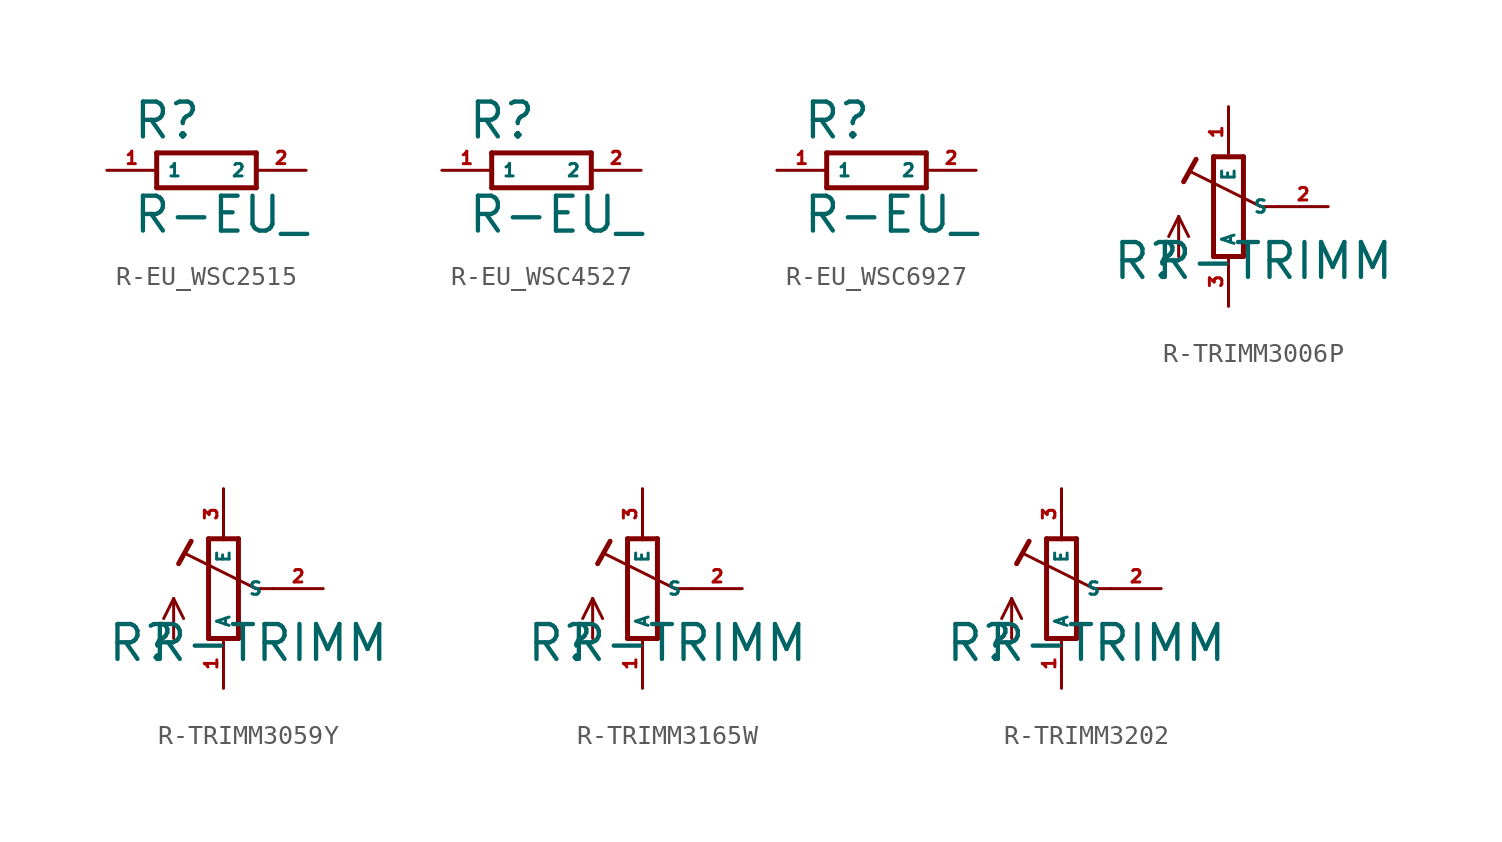
<source format=kicad_sym>
(kicad_symbol_lib
  (version 20220914)
  (generator Eagle2Kicad)
  (symbol "R-EU_WSC2515"
    (property "Reference" "R"
      (at -3.81 1.499 0)
      (effects (font (size 1.778 1.778) (thickness 0.22)) (justify left bottom)))
    (property "Value" "R-EU_"
      (at -3.81 -3.302 0)
      (effects (font (size 1.778 1.778) (thickness 0.22)) (justify left bottom)))
    (polyline
      (pts (xy -2.54 -0.889) (xy 2.54 -0.889))
      (stroke (width 0.254) (type default))
      (fill (type none)))
    (polyline
      (pts (xy 2.54 0.889) (xy -2.54 0.889))
      (stroke (width 0.254) (type default))
      (fill (type none)))
    (polyline
      (pts (xy 2.54 -0.889) (xy 2.54 0.889))
      (stroke (width 0.254) (type default))
      (fill (type none)))
    (polyline
      (pts (xy -2.54 -0.889) (xy -2.54 0.889))
      (stroke (width 0.254) (type default))
      (fill (type none)))
    (pin passive line
      (at 5.08 0 180)
      (length 2.54)
      (name "2" (effects (font (size 0.635 0.635) (thickness 0.08)) (justify left bottom)))
      (number "2" (effects (font (size 0.635 0.635) (thickness 0.08)) (justify left bottom))))
    (pin passive line
      (at -5.08 0 0)
      (length 2.54)
      (name "1" (effects (font (size 0.635 0.635) (thickness 0.08)) (justify left bottom)))
      (number "1" (effects (font (size 0.635 0.635) (thickness 0.08)) (justify left bottom)))))
  (symbol "R-EU_WSC4527"
    (property "Reference" "R"
      (at -3.81 1.499 0)
      (effects (font (size 1.778 1.778) (thickness 0.22)) (justify left bottom)))
    (property "Value" "R-EU_"
      (at -3.81 -3.302 0)
      (effects (font (size 1.778 1.778) (thickness 0.22)) (justify left bottom)))
    (polyline
      (pts (xy -2.54 -0.889) (xy 2.54 -0.889))
      (stroke (width 0.254) (type default))
      (fill (type none)))
    (polyline
      (pts (xy 2.54 0.889) (xy -2.54 0.889))
      (stroke (width 0.254) (type default))
      (fill (type none)))
    (polyline
      (pts (xy 2.54 -0.889) (xy 2.54 0.889))
      (stroke (width 0.254) (type default))
      (fill (type none)))
    (polyline
      (pts (xy -2.54 -0.889) (xy -2.54 0.889))
      (stroke (width 0.254) (type default))
      (fill (type none)))
    (pin passive line
      (at 5.08 0 180)
      (length 2.54)
      (name "2" (effects (font (size 0.635 0.635) (thickness 0.08)) (justify left bottom)))
      (number "2" (effects (font (size 0.635 0.635) (thickness 0.08)) (justify left bottom))))
    (pin passive line
      (at -5.08 0 0)
      (length 2.54)
      (name "1" (effects (font (size 0.635 0.635) (thickness 0.08)) (justify left bottom)))
      (number "1" (effects (font (size 0.635 0.635) (thickness 0.08)) (justify left bottom)))))
  (symbol "R-EU_WSC6927"
    (property "Reference" "R"
      (at -3.81 1.499 0)
      (effects (font (size 1.778 1.778) (thickness 0.22)) (justify left bottom)))
    (property "Value" "R-EU_"
      (at -3.81 -3.302 0)
      (effects (font (size 1.778 1.778) (thickness 0.22)) (justify left bottom)))
    (polyline
      (pts (xy -2.54 -0.889) (xy 2.54 -0.889))
      (stroke (width 0.254) (type default))
      (fill (type none)))
    (polyline
      (pts (xy 2.54 0.889) (xy -2.54 0.889))
      (stroke (width 0.254) (type default))
      (fill (type none)))
    (polyline
      (pts (xy 2.54 -0.889) (xy 2.54 0.889))
      (stroke (width 0.254) (type default))
      (fill (type none)))
    (polyline
      (pts (xy -2.54 -0.889) (xy -2.54 0.889))
      (stroke (width 0.254) (type default))
      (fill (type none)))
    (pin passive line
      (at 5.08 0 180)
      (length 2.54)
      (name "2" (effects (font (size 0.635 0.635) (thickness 0.08)) (justify left bottom)))
      (number "2" (effects (font (size 0.635 0.635) (thickness 0.08)) (justify left bottom))))
    (pin passive line
      (at -5.08 0 0)
      (length 2.54)
      (name "1" (effects (font (size 0.635 0.635) (thickness 0.08)) (justify left bottom)))
      (number "1" (effects (font (size 0.635 0.635) (thickness 0.08)) (justify left bottom)))))
  (symbol "R-TRIMM3006P"
    (property "Reference" "R"
      (at -5.969 -3.81 0)
      (effects (font (size 1.778 1.778) (thickness 0.22)) (justify left bottom)))
    (property "Value" "R-TRIMM"
      (at -3.81 -3.81 0)
      (effects (font (size 1.778 1.778) (thickness 0.22)) (justify left bottom)))
    (polyline
      (pts (xy 0.762 2.54) (xy 0 2.54))
      (stroke (width 0.254) (type default))
      (fill (type none)))
    (polyline
      (pts (xy -0.762 2.54) (xy -0.762 -2.54))
      (stroke (width 0.254) (type default))
      (fill (type none)))
    (polyline
      (pts (xy 0.762 -2.54) (xy 0.762 2.54))
      (stroke (width 0.254) (type default))
      (fill (type none)))
    (polyline
      (pts (xy 2.54 0) (xy 1.651 0))
      (stroke (width 0.152) (type default))
      (fill (type none)))
    (polyline
      (pts (xy 1.651 0) (xy -1.88 1.753))
      (stroke (width 0.152) (type default))
      (fill (type none)))
    (polyline
      (pts (xy 0 2.54) (xy 0 5.08))
      (stroke (width 0.152) (type default))
      (fill (type none)))
    (polyline
      (pts (xy 0 2.54) (xy -0.762 2.54))
      (stroke (width 0.254) (type default))
      (fill (type none)))
    (polyline
      (pts (xy -0.762 -2.54) (xy 0.762 -2.54))
      (stroke (width 0.254) (type default))
      (fill (type none)))
    (polyline
      (pts (xy -2.286 1.27) (xy -1.651 2.413))
      (stroke (width 0.254) (type default))
      (fill (type none)))
    (polyline
      (pts (xy -2.54 -2.54) (xy -2.54 -0.508))
      (stroke (width 0.152) (type default))
      (fill (type none)))
    (polyline
      (pts (xy -2.54 -0.508) (xy -3.048 -1.524))
      (stroke (width 0.152) (type default))
      (fill (type none)))
    (polyline
      (pts (xy -2.54 -0.508) (xy -2.032 -1.524))
      (stroke (width 0.152) (type default))
      (fill (type none)))
    (pin passive line
      (at 0 -5.08 90)
      (length 2.54)
      (name "A" (effects (font (size 0.635 0.635) (thickness 0.08)) (justify left bottom)))
      (number "3" (effects (font (size 0.635 0.635) (thickness 0.08)) (justify left bottom))))
    (pin passive line
      (at 0 5.08 270)
      (length 2.54)
      (name "E" (effects (font (size 0.635 0.635) (thickness 0.08)) (justify left bottom)))
      (number "1" (effects (font (size 0.635 0.635) (thickness 0.08)) (justify left bottom))))
    (pin passive line
      (at 5.08 0 180)
      (length 2.54)
      (name "S" (effects (font (size 0.635 0.635) (thickness 0.08)) (justify left bottom)))
      (number "2" (effects (font (size 0.635 0.635) (thickness 0.08)) (justify left bottom)))))
  (symbol "R-TRIMM3059Y"
    (property "Reference" "R"
      (at -5.969 -3.81 0)
      (effects (font (size 1.778 1.778) (thickness 0.22)) (justify left bottom)))
    (property "Value" "R-TRIMM"
      (at -3.81 -3.81 0)
      (effects (font (size 1.778 1.778) (thickness 0.22)) (justify left bottom)))
    (polyline
      (pts (xy 0.762 2.54) (xy 0 2.54))
      (stroke (width 0.254) (type default))
      (fill (type none)))
    (polyline
      (pts (xy -0.762 2.54) (xy -0.762 -2.54))
      (stroke (width 0.254) (type default))
      (fill (type none)))
    (polyline
      (pts (xy 0.762 -2.54) (xy 0.762 2.54))
      (stroke (width 0.254) (type default))
      (fill (type none)))
    (polyline
      (pts (xy 2.54 0) (xy 1.651 0))
      (stroke (width 0.152) (type default))
      (fill (type none)))
    (polyline
      (pts (xy 1.651 0) (xy -1.88 1.753))
      (stroke (width 0.152) (type default))
      (fill (type none)))
    (polyline
      (pts (xy 0 2.54) (xy 0 5.08))
      (stroke (width 0.152) (type default))
      (fill (type none)))
    (polyline
      (pts (xy 0 2.54) (xy -0.762 2.54))
      (stroke (width 0.254) (type default))
      (fill (type none)))
    (polyline
      (pts (xy -0.762 -2.54) (xy 0.762 -2.54))
      (stroke (width 0.254) (type default))
      (fill (type none)))
    (polyline
      (pts (xy -2.286 1.27) (xy -1.651 2.413))
      (stroke (width 0.254) (type default))
      (fill (type none)))
    (polyline
      (pts (xy -2.54 -2.54) (xy -2.54 -0.508))
      (stroke (width 0.152) (type default))
      (fill (type none)))
    (polyline
      (pts (xy -2.54 -0.508) (xy -3.048 -1.524))
      (stroke (width 0.152) (type default))
      (fill (type none)))
    (polyline
      (pts (xy -2.54 -0.508) (xy -2.032 -1.524))
      (stroke (width 0.152) (type default))
      (fill (type none)))
    (pin passive line
      (at 0 -5.08 90)
      (length 2.54)
      (name "A" (effects (font (size 0.635 0.635) (thickness 0.08)) (justify left bottom)))
      (number "1" (effects (font (size 0.635 0.635) (thickness 0.08)) (justify left bottom))))
    (pin passive line
      (at 0 5.08 270)
      (length 2.54)
      (name "E" (effects (font (size 0.635 0.635) (thickness 0.08)) (justify left bottom)))
      (number "3" (effects (font (size 0.635 0.635) (thickness 0.08)) (justify left bottom))))
    (pin passive line
      (at 5.08 0 180)
      (length 2.54)
      (name "S" (effects (font (size 0.635 0.635) (thickness 0.08)) (justify left bottom)))
      (number "2" (effects (font (size 0.635 0.635) (thickness 0.08)) (justify left bottom)))))
  (symbol "R-TRIMM3165W"
    (property "Reference" "R"
      (at -5.969 -3.81 0)
      (effects (font (size 1.778 1.778) (thickness 0.22)) (justify left bottom)))
    (property "Value" "R-TRIMM"
      (at -3.81 -3.81 0)
      (effects (font (size 1.778 1.778) (thickness 0.22)) (justify left bottom)))
    (polyline
      (pts (xy 0.762 2.54) (xy 0 2.54))
      (stroke (width 0.254) (type default))
      (fill (type none)))
    (polyline
      (pts (xy -0.762 2.54) (xy -0.762 -2.54))
      (stroke (width 0.254) (type default))
      (fill (type none)))
    (polyline
      (pts (xy 0.762 -2.54) (xy 0.762 2.54))
      (stroke (width 0.254) (type default))
      (fill (type none)))
    (polyline
      (pts (xy 2.54 0) (xy 1.651 0))
      (stroke (width 0.152) (type default))
      (fill (type none)))
    (polyline
      (pts (xy 1.651 0) (xy -1.88 1.753))
      (stroke (width 0.152) (type default))
      (fill (type none)))
    (polyline
      (pts (xy 0 2.54) (xy 0 5.08))
      (stroke (width 0.152) (type default))
      (fill (type none)))
    (polyline
      (pts (xy 0 2.54) (xy -0.762 2.54))
      (stroke (width 0.254) (type default))
      (fill (type none)))
    (polyline
      (pts (xy -0.762 -2.54) (xy 0.762 -2.54))
      (stroke (width 0.254) (type default))
      (fill (type none)))
    (polyline
      (pts (xy -2.286 1.27) (xy -1.651 2.413))
      (stroke (width 0.254) (type default))
      (fill (type none)))
    (polyline
      (pts (xy -2.54 -2.54) (xy -2.54 -0.508))
      (stroke (width 0.152) (type default))
      (fill (type none)))
    (polyline
      (pts (xy -2.54 -0.508) (xy -3.048 -1.524))
      (stroke (width 0.152) (type default))
      (fill (type none)))
    (polyline
      (pts (xy -2.54 -0.508) (xy -2.032 -1.524))
      (stroke (width 0.152) (type default))
      (fill (type none)))
    (pin passive line
      (at 0 -5.08 90)
      (length 2.54)
      (name "A" (effects (font (size 0.635 0.635) (thickness 0.08)) (justify left bottom)))
      (number "1" (effects (font (size 0.635 0.635) (thickness 0.08)) (justify left bottom))))
    (pin passive line
      (at 0 5.08 270)
      (length 2.54)
      (name "E" (effects (font (size 0.635 0.635) (thickness 0.08)) (justify left bottom)))
      (number "3" (effects (font (size 0.635 0.635) (thickness 0.08)) (justify left bottom))))
    (pin passive line
      (at 5.08 0 180)
      (length 2.54)
      (name "S" (effects (font (size 0.635 0.635) (thickness 0.08)) (justify left bottom)))
      (number "2" (effects (font (size 0.635 0.635) (thickness 0.08)) (justify left bottom)))))
  (symbol "R-TRIMM3202"
    (property "Reference" "R"
      (at -5.969 -3.81 0)
      (effects (font (size 1.778 1.778) (thickness 0.22)) (justify left bottom)))
    (property "Value" "R-TRIMM"
      (at -3.81 -3.81 0)
      (effects (font (size 1.778 1.778) (thickness 0.22)) (justify left bottom)))
    (polyline
      (pts (xy 0.762 2.54) (xy 0 2.54))
      (stroke (width 0.254) (type default))
      (fill (type none)))
    (polyline
      (pts (xy -0.762 2.54) (xy -0.762 -2.54))
      (stroke (width 0.254) (type default))
      (fill (type none)))
    (polyline
      (pts (xy 0.762 -2.54) (xy 0.762 2.54))
      (stroke (width 0.254) (type default))
      (fill (type none)))
    (polyline
      (pts (xy 2.54 0) (xy 1.651 0))
      (stroke (width 0.152) (type default))
      (fill (type none)))
    (polyline
      (pts (xy 1.651 0) (xy -1.88 1.753))
      (stroke (width 0.152) (type default))
      (fill (type none)))
    (polyline
      (pts (xy 0 2.54) (xy 0 5.08))
      (stroke (width 0.152) (type default))
      (fill (type none)))
    (polyline
      (pts (xy 0 2.54) (xy -0.762 2.54))
      (stroke (width 0.254) (type default))
      (fill (type none)))
    (polyline
      (pts (xy -0.762 -2.54) (xy 0.762 -2.54))
      (stroke (width 0.254) (type default))
      (fill (type none)))
    (polyline
      (pts (xy -2.286 1.27) (xy -1.651 2.413))
      (stroke (width 0.254) (type default))
      (fill (type none)))
    (polyline
      (pts (xy -2.54 -2.54) (xy -2.54 -0.508))
      (stroke (width 0.152) (type default))
      (fill (type none)))
    (polyline
      (pts (xy -2.54 -0.508) (xy -3.048 -1.524))
      (stroke (width 0.152) (type default))
      (fill (type none)))
    (polyline
      (pts (xy -2.54 -0.508) (xy -2.032 -1.524))
      (stroke (width 0.152) (type default))
      (fill (type none)))
    (pin passive line
      (at 0 -5.08 90)
      (length 2.54)
      (name "A" (effects (font (size 0.635 0.635) (thickness 0.08)) (justify left bottom)))
      (number "1" (effects (font (size 0.635 0.635) (thickness 0.08)) (justify left bottom))))
    (pin passive line
      (at 0 5.08 270)
      (length 2.54)
      (name "E" (effects (font (size 0.635 0.635) (thickness 0.08)) (justify left bottom)))
      (number "3" (effects (font (size 0.635 0.635) (thickness 0.08)) (justify left bottom))))
    (pin passive line
      (at 5.08 0 180)
      (length 2.54)
      (name "S" (effects (font (size 0.635 0.635) (thickness 0.08)) (justify left bottom)))
      (number "2" (effects (font (size 0.635 0.635) (thickness 0.08)) (justify left bottom))))))
</source>
